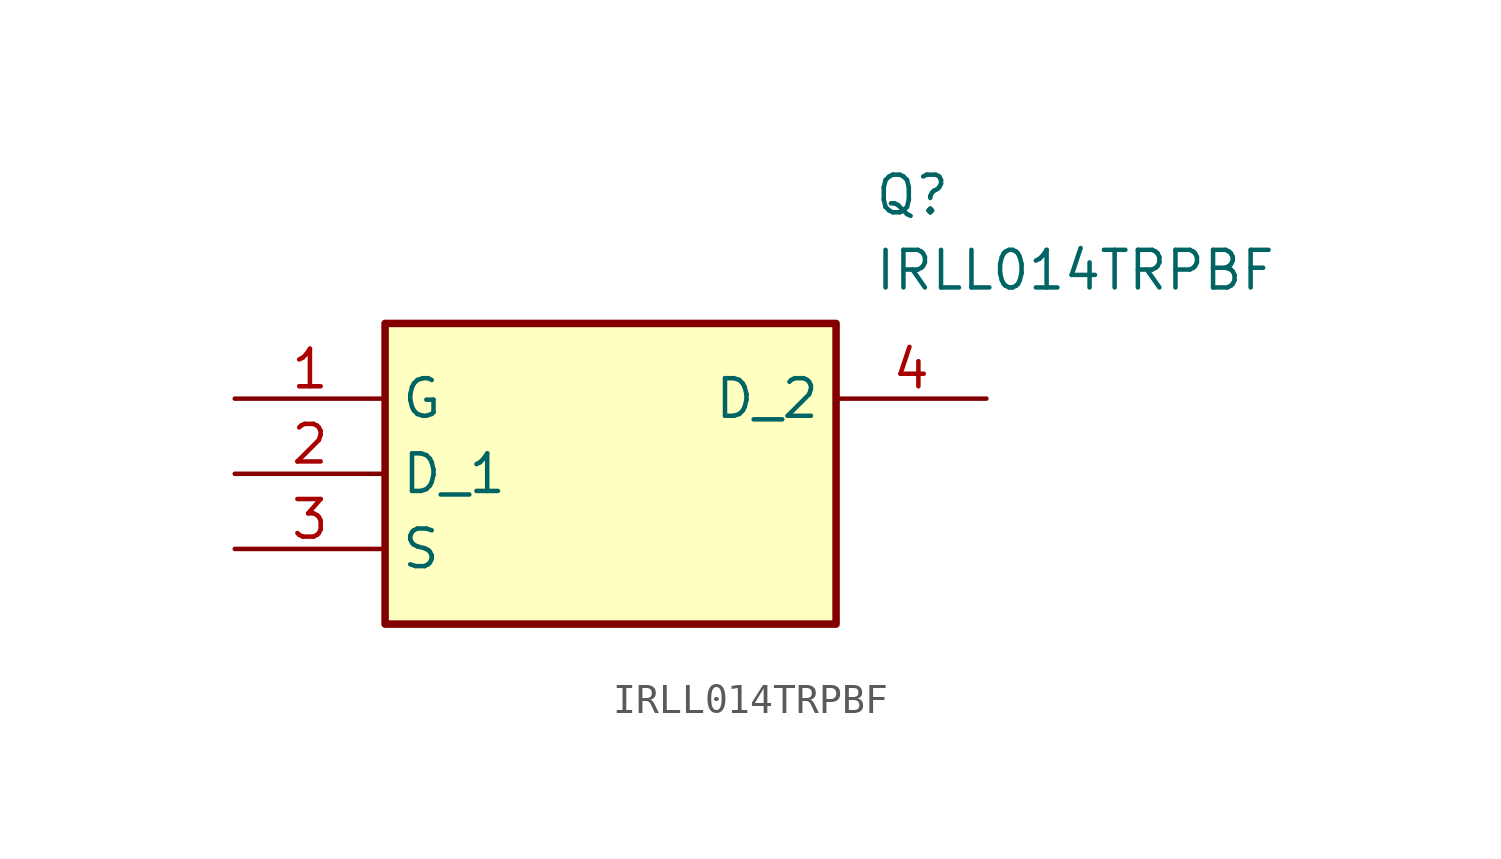
<source format=kicad_sym>
(kicad_symbol_lib
  (version 20211014)
  (generator SamacSys_ECAD_Model)
  (symbol "IRLL014TRPBF"
    (property "Reference" "Q"
      (at 21.59 7.62 0)
      (effects (font (size 1.27 1.27)) (justify left top)))
    (property "Value" "IRLL014TRPBF"
      (at 21.59 5.08 0)
      (effects (font (size 1.27 1.27)) (justify left top)))
    (rectangle
      (start 5.08 2.54)
      (end 20.32 -7.62)
      (stroke (width 0.254) (type default))
      (fill (type background)))
    (pin passive line
      (at 0 0 0)
      (length 5.08)
      (name "G" (effects (font (size 1.27 1.27))))
      (number "1" (effects (font (size 1.27 1.27)))))
    (pin passive line
      (at 0 -2.54 0)
      (length 5.08)
      (name "D_1" (effects (font (size 1.27 1.27))))
      (number "2" (effects (font (size 1.27 1.27)))))
    (pin passive line
      (at 0 -5.08 0)
      (length 5.08)
      (name "S" (effects (font (size 1.27 1.27))))
      (number "3" (effects (font (size 1.27 1.27)))))
    (pin passive line
      (at 25.4 0 180)
      (length 5.08)
      (name "D_2" (effects (font (size 1.27 1.27))))
      (number "4" (effects (font (size 1.27 1.27)))))))
</source>
